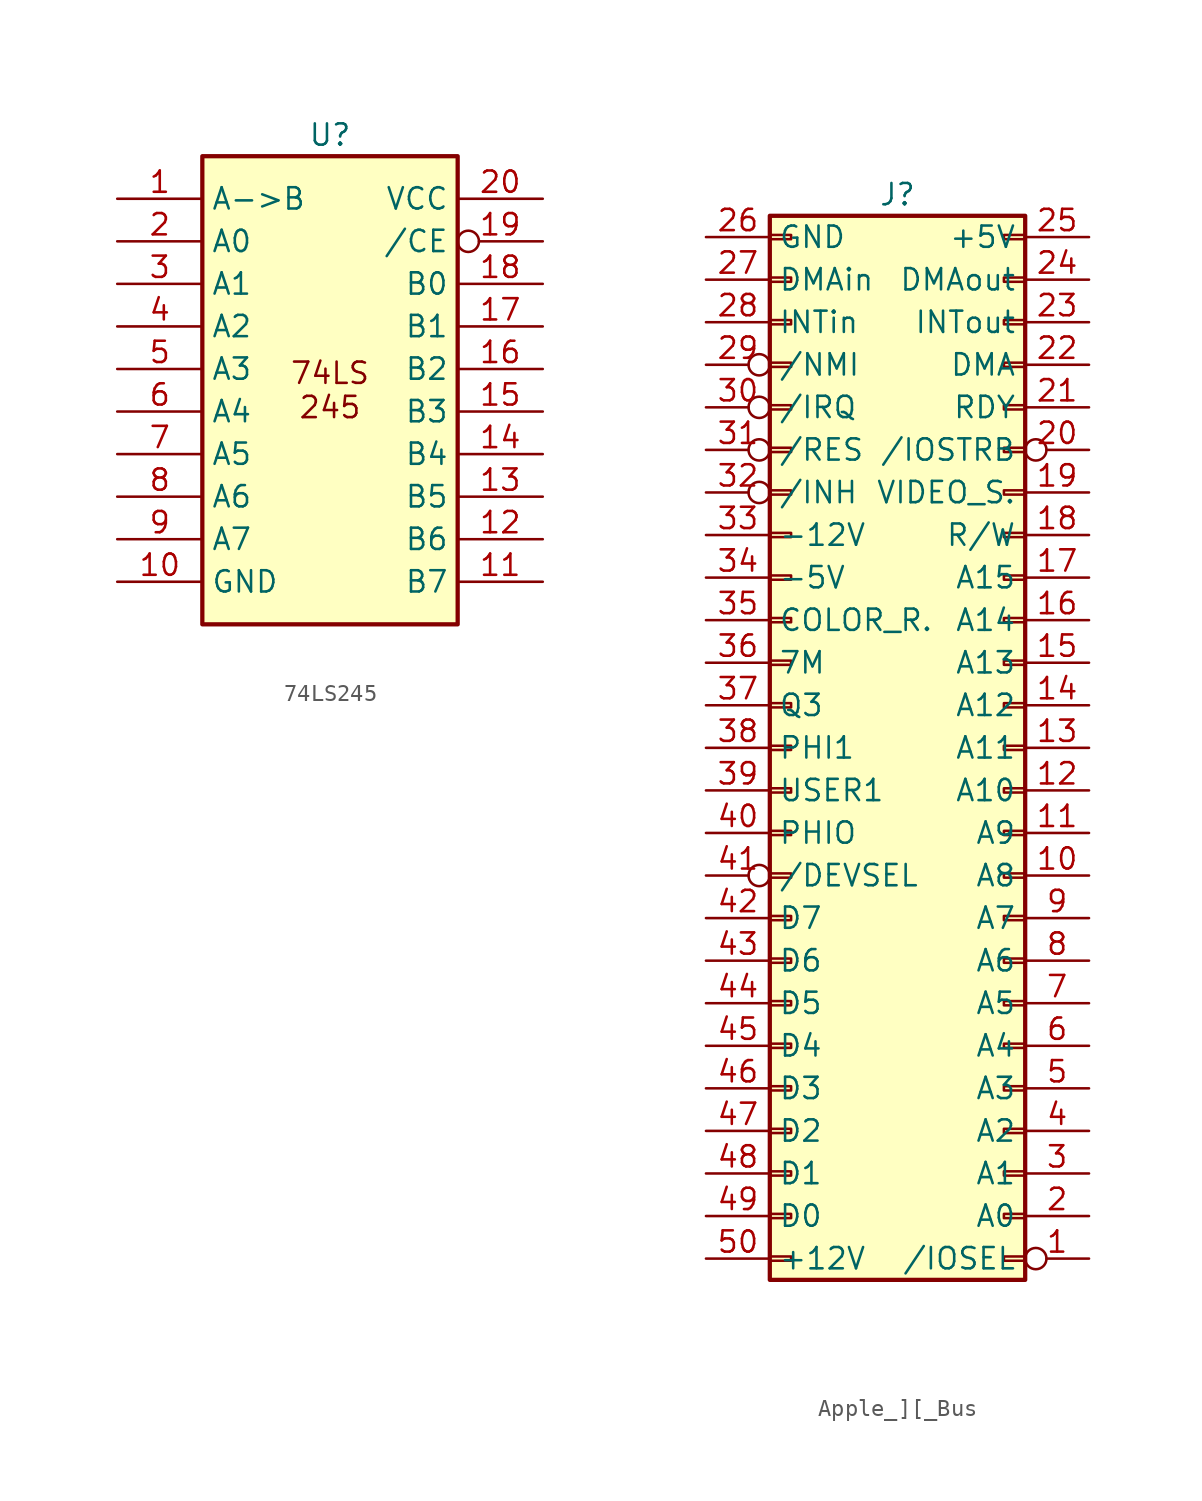
<source format=kicad_sym>
(kicad_symbol_lib
  (version 20220914)
  (generator kicad_symbol_editor)
  (symbol "74LS245"
    (property "Reference" "U"
      (at 0 15.24 0)
      (effects (font (size 1.27 1.27))))
    (property "Value" ""
      (at 0 -1.27 0)
      (effects (font (size 1.27 1.27))))
    (symbol "74LS245_1_0"
      (pin input line (at -12.7 11.43 0) (length 5.08) (name "A->B" (effects (font (size 1.27 1.27)))) (number "1" (effects (font (size 1.27 1.27)))))
      (pin power_in line (at -12.7 -11.43 0) (length 5.08) (name "GND" (effects (font (size 1.27 1.27)))) (number "10" (effects (font (size 1.27 1.27)))))
      (pin tri_state line (at 12.7 -11.43 180) (length 5.08) (name "B7" (effects (font (size 1.27 1.27)))) (number "11" (effects (font (size 1.27 1.27)))))
      (pin tri_state line (at 12.7 -8.89 180) (length 5.08) (name "B6" (effects (font (size 1.27 1.27)))) (number "12" (effects (font (size 1.27 1.27)))))
      (pin tri_state line (at 12.7 -6.35 180) (length 5.08) (name "B5" (effects (font (size 1.27 1.27)))) (number "13" (effects (font (size 1.27 1.27)))))
      (pin tri_state line (at 12.7 -3.81 180) (length 5.08) (name "B4" (effects (font (size 1.27 1.27)))) (number "14" (effects (font (size 1.27 1.27)))))
      (pin tri_state line (at 12.7 -1.27 180) (length 5.08) (name "B3" (effects (font (size 1.27 1.27)))) (number "15" (effects (font (size 1.27 1.27)))))
      (pin tri_state line (at 12.7 1.27 180) (length 5.08) (name "B2" (effects (font (size 1.27 1.27)))) (number "16" (effects (font (size 1.27 1.27)))))
      (pin tri_state line (at 12.7 3.81 180) (length 5.08) (name "B1" (effects (font (size 1.27 1.27)))) (number "17" (effects (font (size 1.27 1.27)))))
      (pin tri_state line (at 12.7 6.35 180) (length 5.08) (name "B0" (effects (font (size 1.27 1.27)))) (number "18" (effects (font (size 1.27 1.27)))))
      (pin input inverted (at 12.7 8.89 180) (length 5.08) (name "/CE" (effects (font (size 1.27 1.27)))) (number "19" (effects (font (size 1.27 1.27)))))
      (pin tri_state line (at -12.7 8.89 0) (length 5.08) (name "A0" (effects (font (size 1.27 1.27)))) (number "2" (effects (font (size 1.27 1.27)))))
      (pin power_in line (at 12.7 11.43 180) (length 5.08) (name "VCC" (effects (font (size 1.27 1.27)))) (number "20" (effects (font (size 1.27 1.27)))))
      (pin tri_state line (at -12.7 6.35 0) (length 5.08) (name "A1" (effects (font (size 1.27 1.27)))) (number "3" (effects (font (size 1.27 1.27)))))
      (pin tri_state line (at -12.7 3.81 0) (length 5.08) (name "A2" (effects (font (size 1.27 1.27)))) (number "4" (effects (font (size 1.27 1.27)))))
      (pin tri_state line (at -12.7 1.27 0) (length 5.08) (name "A3" (effects (font (size 1.27 1.27)))) (number "5" (effects (font (size 1.27 1.27)))))
      (pin tri_state line (at -12.7 -1.27 0) (length 5.08) (name "A4" (effects (font (size 1.27 1.27)))) (number "6" (effects (font (size 1.27 1.27)))))
      (pin tri_state line (at -12.7 -3.81 0) (length 5.08) (name "A5" (effects (font (size 1.27 1.27)))) (number "7" (effects (font (size 1.27 1.27)))))
      (pin tri_state line (at -12.7 -6.35 0) (length 5.08) (name "A6" (effects (font (size 1.27 1.27)))) (number "8" (effects (font (size 1.27 1.27)))))
      (pin tri_state line (at -12.7 -8.89 0) (length 5.08) (name "A7" (effects (font (size 1.27 1.27)))) (number "9" (effects (font (size 1.27 1.27))))))
    (symbol "74LS245_1_1"
      (rectangle (start -7.62 13.97) (end 7.62 -13.97) (stroke (width 0.254) (type default)) (fill (type background)))
      (text "74LS\n245" (at 0 0 0) (effects (font (size 1.27 1.27))))))
  (symbol "Apple_][_Bus"
    (property "Reference" "J"
      (at 0 34.29 0)
      (effects (font (size 1.27 1.27))))
    (property "Value" ""
      (at 0 0 0)
      (effects (font (size 1.27 1.27))))
    (symbol "Apple_][_Bus_1_1"
      (rectangle (start -7.62 -29.337) (end -6.35 -29.083) (stroke (width 0.152) (type default)) (fill (type none)))
      (rectangle (start -7.62 -26.797) (end -6.35 -26.543) (stroke (width 0.152) (type default)) (fill (type none)))
      (rectangle (start -7.62 -24.257) (end -6.35 -24.003) (stroke (width 0.152) (type default)) (fill (type none)))
      (rectangle (start -7.62 -21.717) (end -6.35 -21.463) (stroke (width 0.152) (type default)) (fill (type none)))
      (rectangle (start -7.62 -19.177) (end -6.35 -18.923) (stroke (width 0.152) (type default)) (fill (type none)))
      (rectangle (start -7.62 -16.637) (end -6.35 -16.383) (stroke (width 0.152) (type default)) (fill (type none)))
      (rectangle (start -7.62 -14.097) (end -6.35 -13.843) (stroke (width 0.152) (type default)) (fill (type none)))
      (rectangle (start -7.62 -11.557) (end -6.35 -11.303) (stroke (width 0.152) (type default)) (fill (type none)))
      (rectangle (start -7.62 -9.017) (end -6.35 -8.763) (stroke (width 0.152) (type default)) (fill (type none)))
      (rectangle (start -7.62 -6.477) (end -6.35 -6.223) (stroke (width 0.152) (type default)) (fill (type none)))
      (rectangle (start -7.62 -3.937) (end -6.35 -3.683) (stroke (width 0.152) (type default)) (fill (type none)))
      (rectangle (start -7.62 -1.397) (end -6.35 -1.143) (stroke (width 0.152) (type default)) (fill (type none)))
      (rectangle (start -7.62 1.143) (end -6.35 1.397) (stroke (width 0.152) (type default)) (fill (type none)))
      (rectangle (start -7.62 3.683) (end -6.35 3.937) (stroke (width 0.152) (type default)) (fill (type none)))
      (rectangle (start -7.62 6.223) (end -6.35 6.477) (stroke (width 0.152) (type default)) (fill (type none)))
      (rectangle (start -7.62 8.763) (end -6.35 9.017) (stroke (width 0.152) (type default)) (fill (type none)))
      (rectangle (start -7.62 11.303) (end -6.35 11.557) (stroke (width 0.152) (type default)) (fill (type none)))
      (rectangle (start -7.62 13.843) (end -6.35 14.097) (stroke (width 0.152) (type default)) (fill (type none)))
      (rectangle (start -7.62 16.383) (end -6.35 16.637) (stroke (width 0.152) (type default)) (fill (type none)))
      (rectangle (start -7.62 18.923) (end -6.35 19.177) (stroke (width 0.152) (type default)) (fill (type none)))
      (rectangle (start -7.62 21.463) (end -6.35 21.717) (stroke (width 0.152) (type default)) (fill (type none)))
      (rectangle (start -7.62 24.003) (end -6.35 24.257) (stroke (width 0.152) (type default)) (fill (type none)))
      (rectangle (start -7.62 26.543) (end -6.35 26.797) (stroke (width 0.152) (type default)) (fill (type none)))
      (rectangle (start -7.62 29.083) (end -6.35 29.337) (stroke (width 0.152) (type default)) (fill (type none)))
      (rectangle (start -7.62 31.623) (end -6.35 31.877) (stroke (width 0.152) (type default)) (fill (type none)))
      (rectangle (start 6.35 -29.083) (end 7.62 -29.337) (stroke (width 0.152) (type default)) (fill (type none)))
      (rectangle (start 6.35 -26.543) (end 7.62 -26.797) (stroke (width 0.152) (type default)) (fill (type none)))
      (rectangle (start 7.62 -30.48) (end -7.62 33.02) (stroke (width 0.254) (type default)) (fill (type background)))
      (rectangle (start 7.62 -24.257) (end 6.35 -24.003) (stroke (width 0.152) (type default)) (fill (type none)))
      (rectangle (start 7.62 -21.717) (end 6.35 -21.463) (stroke (width 0.152) (type default)) (fill (type none)))
      (rectangle (start 7.62 -19.177) (end 6.35 -18.923) (stroke (width 0.152) (type default)) (fill (type none)))
      (rectangle (start 7.62 -16.637) (end 6.35 -16.383) (stroke (width 0.152) (type default)) (fill (type none)))
      (rectangle (start 7.62 -14.097) (end 6.35 -13.843) (stroke (width 0.152) (type default)) (fill (type none)))
      (rectangle (start 7.62 -11.557) (end 6.35 -11.303) (stroke (width 0.152) (type default)) (fill (type none)))
      (rectangle (start 7.62 -9.017) (end 6.35 -8.763) (stroke (width 0.152) (type default)) (fill (type none)))
      (rectangle (start 7.62 -6.477) (end 6.35 -6.223) (stroke (width 0.152) (type default)) (fill (type none)))
      (rectangle (start 7.62 -3.937) (end 6.35 -3.683) (stroke (width 0.152) (type default)) (fill (type none)))
      (rectangle (start 7.62 -1.397) (end 6.35 -1.143) (stroke (width 0.152) (type default)) (fill (type none)))
      (rectangle (start 7.62 1.143) (end 6.35 1.397) (stroke (width 0.152) (type default)) (fill (type none)))
      (rectangle (start 7.62 3.683) (end 6.35 3.937) (stroke (width 0.152) (type default)) (fill (type none)))
      (rectangle (start 7.62 6.223) (end 6.35 6.477) (stroke (width 0.152) (type default)) (fill (type none)))
      (rectangle (start 7.62 8.763) (end 6.35 9.017) (stroke (width 0.152) (type default)) (fill (type none)))
      (rectangle (start 7.62 11.303) (end 6.35 11.557) (stroke (width 0.152) (type default)) (fill (type none)))
      (rectangle (start 7.62 13.843) (end 6.35 14.097) (stroke (width 0.152) (type default)) (fill (type none)))
      (rectangle (start 7.62 16.383) (end 6.35 16.637) (stroke (width 0.152) (type default)) (fill (type none)))
      (rectangle (start 7.62 18.923) (end 6.35 19.177) (stroke (width 0.152) (type default)) (fill (type none)))
      (rectangle (start 7.62 21.463) (end 6.35 21.717) (stroke (width 0.152) (type default)) (fill (type none)))
      (rectangle (start 7.62 24.003) (end 6.35 24.257) (stroke (width 0.152) (type default)) (fill (type none)))
      (rectangle (start 7.62 26.543) (end 6.35 26.797) (stroke (width 0.152) (type default)) (fill (type none)))
      (rectangle (start 7.62 29.083) (end 6.35 29.337) (stroke (width 0.152) (type default)) (fill (type none)))
      (rectangle (start 7.62 31.623) (end 6.35 31.877) (stroke (width 0.152) (type default)) (fill (type none)))
      (pin passive inverted (at 11.43 -29.21 180) (length 3.81) (name "/IOSEL" (effects (font (size 1.27 1.27)))) (number "1" (effects (font (size 1.27 1.27)))))
      (pin passive line (at 11.43 -6.35 180) (length 3.81) (name "A8" (effects (font (size 1.27 1.27)))) (number "10" (effects (font (size 1.27 1.27)))))
      (pin passive line (at 11.43 -3.81 180) (length 3.81) (name "A9" (effects (font (size 1.27 1.27)))) (number "11" (effects (font (size 1.27 1.27)))))
      (pin passive line (at 11.43 -1.27 180) (length 3.81) (name "A10" (effects (font (size 1.27 1.27)))) (number "12" (effects (font (size 1.27 1.27)))))
      (pin passive line (at 11.43 1.27 180) (length 3.81) (name "A11" (effects (font (size 1.27 1.27)))) (number "13" (effects (font (size 1.27 1.27)))))
      (pin passive line (at 11.43 3.81 180) (length 3.81) (name "A12" (effects (font (size 1.27 1.27)))) (number "14" (effects (font (size 1.27 1.27)))))
      (pin passive line (at 11.43 6.35 180) (length 3.81) (name "A13" (effects (font (size 1.27 1.27)))) (number "15" (effects (font (size 1.27 1.27)))))
      (pin passive line (at 11.43 8.89 180) (length 3.81) (name "A14" (effects (font (size 1.27 1.27)))) (number "16" (effects (font (size 1.27 1.27)))))
      (pin passive line (at 11.43 11.43 180) (length 3.81) (name "A15" (effects (font (size 1.27 1.27)))) (number "17" (effects (font (size 1.27 1.27)))))
      (pin passive line (at 11.43 13.97 180) (length 3.81) (name "R/W" (effects (font (size 1.27 1.27)))) (number "18" (effects (font (size 1.27 1.27)))))
      (pin passive line (at 11.43 16.51 180) (length 3.81) (name "VIDEO_S." (effects (font (size 1.27 1.27)))) (number "19" (effects (font (size 1.27 1.27)))))
      (pin passive line (at 11.43 -26.67 180) (length 3.81) (name "A0" (effects (font (size 1.27 1.27)))) (number "2" (effects (font (size 1.27 1.27)))))
      (pin passive inverted (at 11.43 19.05 180) (length 3.81) (name "/IOSTRB" (effects (font (size 1.27 1.27)))) (number "20" (effects (font (size 1.27 1.27)))))
      (pin passive line (at 11.43 21.59 180) (length 3.81) (name "RDY" (effects (font (size 1.27 1.27)))) (number "21" (effects (font (size 1.27 1.27)))))
      (pin passive line (at 11.43 24.13 180) (length 3.81) (name "DMA" (effects (font (size 1.27 1.27)))) (number "22" (effects (font (size 1.27 1.27)))))
      (pin output line (at 11.43 26.67 180) (length 3.81) (name "INTout" (effects (font (size 1.27 1.27)))) (number "23" (effects (font (size 1.27 1.27)))))
      (pin output line (at 11.43 29.21 180) (length 3.81) (name "DMAout" (effects (font (size 1.27 1.27)))) (number "24" (effects (font (size 1.27 1.27)))))
      (pin power_out line (at 11.43 31.75 180) (length 3.81) (name "+5V" (effects (font (size 1.27 1.27)))) (number "25" (effects (font (size 1.27 1.27)))))
      (pin power_out line (at -11.43 31.75 0) (length 3.81) (name "GND" (effects (font (size 1.27 1.27)))) (number "26" (effects (font (size 1.27 1.27)))))
      (pin input line (at -11.43 29.21 0) (length 3.81) (name "DMAin" (effects (font (size 1.27 1.27)))) (number "27" (effects (font (size 1.27 1.27)))))
      (pin input line (at -11.43 26.67 0) (length 3.81) (name "INTin" (effects (font (size 1.27 1.27)))) (number "28" (effects (font (size 1.27 1.27)))))
      (pin passive inverted (at -11.43 24.13 0) (length 3.81) (name "/NMI" (effects (font (size 1.27 1.27)))) (number "29" (effects (font (size 1.27 1.27)))))
      (pin passive line (at 11.43 -24.13 180) (length 3.81) (name "A1" (effects (font (size 1.27 1.27)))) (number "3" (effects (font (size 1.27 1.27)))))
      (pin passive inverted (at -11.43 21.59 0) (length 3.81) (name "/IRQ" (effects (font (size 1.27 1.27)))) (number "30" (effects (font (size 1.27 1.27)))))
      (pin passive inverted (at -11.43 19.05 0) (length 3.81) (name "/RES" (effects (font (size 1.27 1.27)))) (number "31" (effects (font (size 1.27 1.27)))))
      (pin passive inverted (at -11.43 16.51 0) (length 3.81) (name "/INH" (effects (font (size 1.27 1.27)))) (number "32" (effects (font (size 1.27 1.27)))))
      (pin power_out line (at -11.43 13.97 0) (length 3.81) (name "-12V" (effects (font (size 1.27 1.27)))) (number "33" (effects (font (size 1.27 1.27)))))
      (pin power_out line (at -11.43 11.43 0) (length 3.81) (name "-5V" (effects (font (size 1.27 1.27)))) (number "34" (effects (font (size 1.27 1.27)))))
      (pin passive line (at -11.43 8.89 0) (length 3.81) (name "COLOR_R." (effects (font (size 1.27 1.27)))) (number "35" (effects (font (size 1.27 1.27)))))
      (pin passive line (at -11.43 6.35 0) (length 3.81) (name "7M" (effects (font (size 1.27 1.27)))) (number "36" (effects (font (size 1.27 1.27)))))
      (pin passive line (at -11.43 3.81 0) (length 3.81) (name "Q3" (effects (font (size 1.27 1.27)))) (number "37" (effects (font (size 1.27 1.27)))))
      (pin passive line (at -11.43 1.27 0) (length 3.81) (name "PHI1" (effects (font (size 1.27 1.27)))) (number "38" (effects (font (size 1.27 1.27)))))
      (pin passive line (at -11.43 -1.27 0) (length 3.81) (name "USER1" (effects (font (size 1.27 1.27)))) (number "39" (effects (font (size 1.27 1.27)))))
      (pin passive line (at 11.43 -21.59 180) (length 3.81) (name "A2" (effects (font (size 1.27 1.27)))) (number "4" (effects (font (size 1.27 1.27)))))
      (pin passive line (at -11.43 -3.81 0) (length 3.81) (name "PHIO" (effects (font (size 1.27 1.27)))) (number "40" (effects (font (size 1.27 1.27)))))
      (pin passive inverted (at -11.43 -6.35 0) (length 3.81) (name "/DEVSEL" (effects (font (size 1.27 1.27)))) (number "41" (effects (font (size 1.27 1.27)))))
      (pin passive line (at -11.43 -8.89 0) (length 3.81) (name "D7" (effects (font (size 1.27 1.27)))) (number "42" (effects (font (size 1.27 1.27)))))
      (pin passive line (at -11.43 -11.43 0) (length 3.81) (name "D6" (effects (font (size 1.27 1.27)))) (number "43" (effects (font (size 1.27 1.27)))))
      (pin passive line (at -11.43 -13.97 0) (length 3.81) (name "D5" (effects (font (size 1.27 1.27)))) (number "44" (effects (font (size 1.27 1.27)))))
      (pin passive line (at -11.43 -16.51 0) (length 3.81) (name "D4" (effects (font (size 1.27 1.27)))) (number "45" (effects (font (size 1.27 1.27)))))
      (pin passive line (at -11.43 -19.05 0) (length 3.81) (name "D3" (effects (font (size 1.27 1.27)))) (number "46" (effects (font (size 1.27 1.27)))))
      (pin passive line (at -11.43 -21.59 0) (length 3.81) (name "D2" (effects (font (size 1.27 1.27)))) (number "47" (effects (font (size 1.27 1.27)))))
      (pin passive line (at -11.43 -24.13 0) (length 3.81) (name "D1" (effects (font (size 1.27 1.27)))) (number "48" (effects (font (size 1.27 1.27)))))
      (pin passive line (at -11.43 -26.67 0) (length 3.81) (name "D0" (effects (font (size 1.27 1.27)))) (number "49" (effects (font (size 1.27 1.27)))))
      (pin passive line (at 11.43 -19.05 180) (length 3.81) (name "A3" (effects (font (size 1.27 1.27)))) (number "5" (effects (font (size 1.27 1.27)))))
      (pin power_out line (at -11.43 -29.21 0) (length 3.81) (name "+12V" (effects (font (size 1.27 1.27)))) (number "50" (effects (font (size 1.27 1.27)))))
      (pin passive line (at 11.43 -16.51 180) (length 3.81) (name "A4" (effects (font (size 1.27 1.27)))) (number "6" (effects (font (size 1.27 1.27)))))
      (pin passive line (at 11.43 -13.97 180) (length 3.81) (name "A5" (effects (font (size 1.27 1.27)))) (number "7" (effects (font (size 1.27 1.27)))))
      (pin passive line (at 11.43 -11.43 180) (length 3.81) (name "A6" (effects (font (size 1.27 1.27)))) (number "8" (effects (font (size 1.27 1.27)))))
      (pin passive line (at 11.43 -8.89 180) (length 3.81) (name "A7" (effects (font (size 1.27 1.27)))) (number "9" (effects (font (size 1.27 1.27))))))))
</source>
